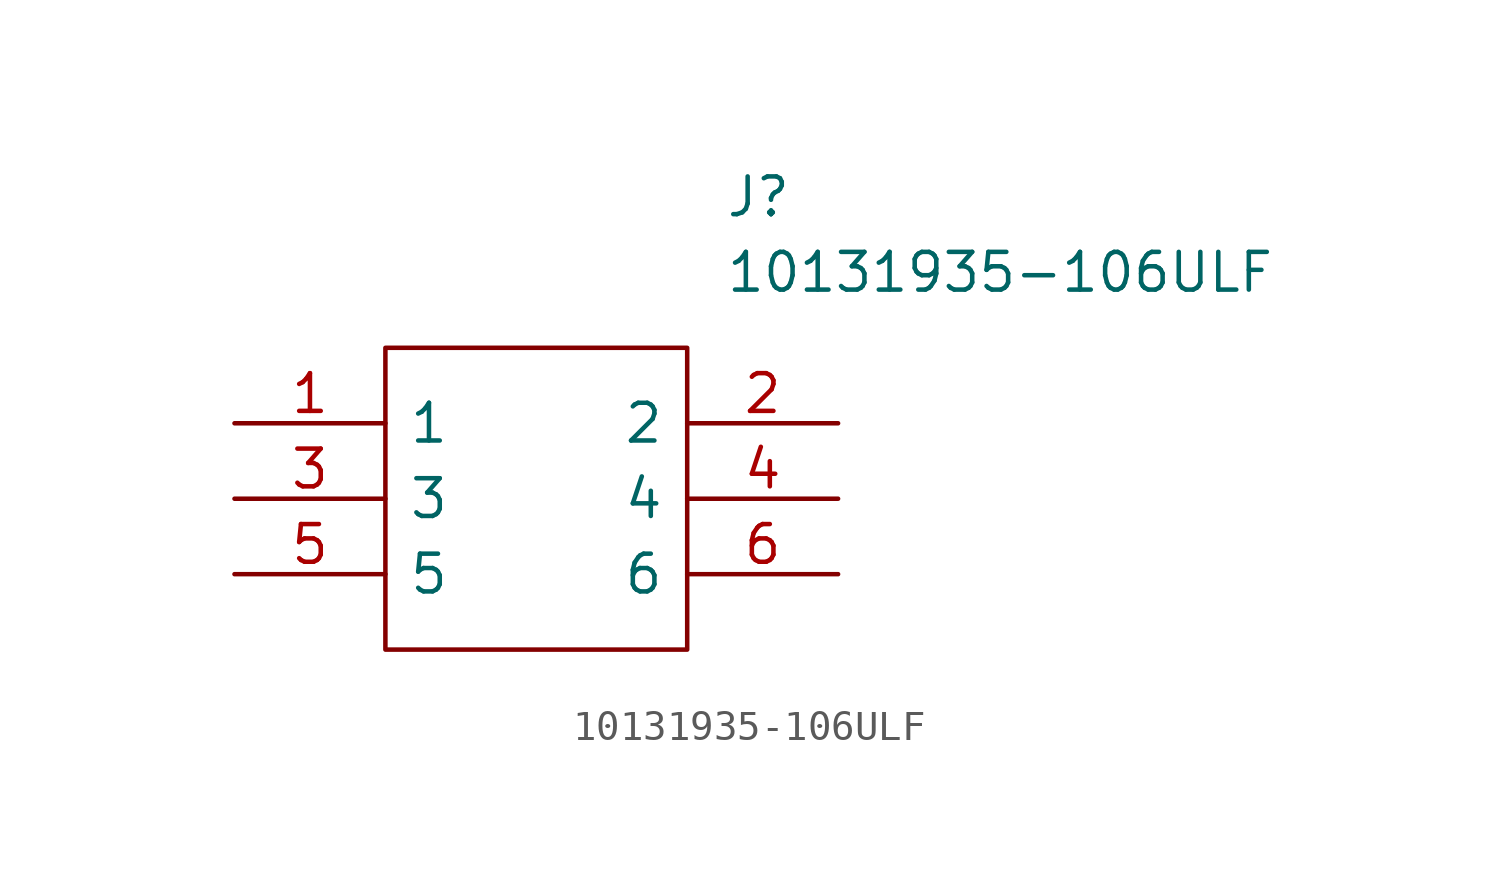
<source format=kicad_sym>
(kicad_symbol_lib
  (version 20211014)
  (generator kicad_symbol_editor)
  (symbol "10131935-106ULF"
    (pin_names
      (offset 0.762))
    (property "Reference" "J"
      (at 16.51 7.62 0)
      (effects (font (size 1.27 1.27)) (justify left)))
    (property "Value" "10131935-106ULF"
      (at 16.51 5.08 0)
      (effects (font (size 1.27 1.27)) (justify left)))
    (symbol "10131935-106ULF_0_0"
      (pin passive line (at 0 0 0) (length 5.08) (name "1" (effects (font (size 1.27 1.27)))) (number "1" (effects (font (size 1.27 1.27)))))
      (pin passive line (at 20.32 0 180) (length 5.08) (name "2" (effects (font (size 1.27 1.27)))) (number "2" (effects (font (size 1.27 1.27)))))
      (pin passive line (at 0 -2.54 0) (length 5.08) (name "3" (effects (font (size 1.27 1.27)))) (number "3" (effects (font (size 1.27 1.27)))))
      (pin passive line (at 20.32 -2.54 180) (length 5.08) (name "4" (effects (font (size 1.27 1.27)))) (number "4" (effects (font (size 1.27 1.27)))))
      (pin passive line (at 0 -5.08 0) (length 5.08) (name "5" (effects (font (size 1.27 1.27)))) (number "5" (effects (font (size 1.27 1.27)))))
      (pin passive line (at 20.32 -5.08 180) (length 5.08) (name "6" (effects (font (size 1.27 1.27)))) (number "6" (effects (font (size 1.27 1.27))))))
    (symbol "10131935-106ULF_0_1"
      (polyline (pts (xy 5.08 2.54) (xy 15.24 2.54) (xy 15.24 -7.62) (xy 5.08 -7.62) (xy 5.08 2.54)) (stroke (width 0.152) (type default) (color 0 0 0 0)) (fill (type none))))))
</source>
